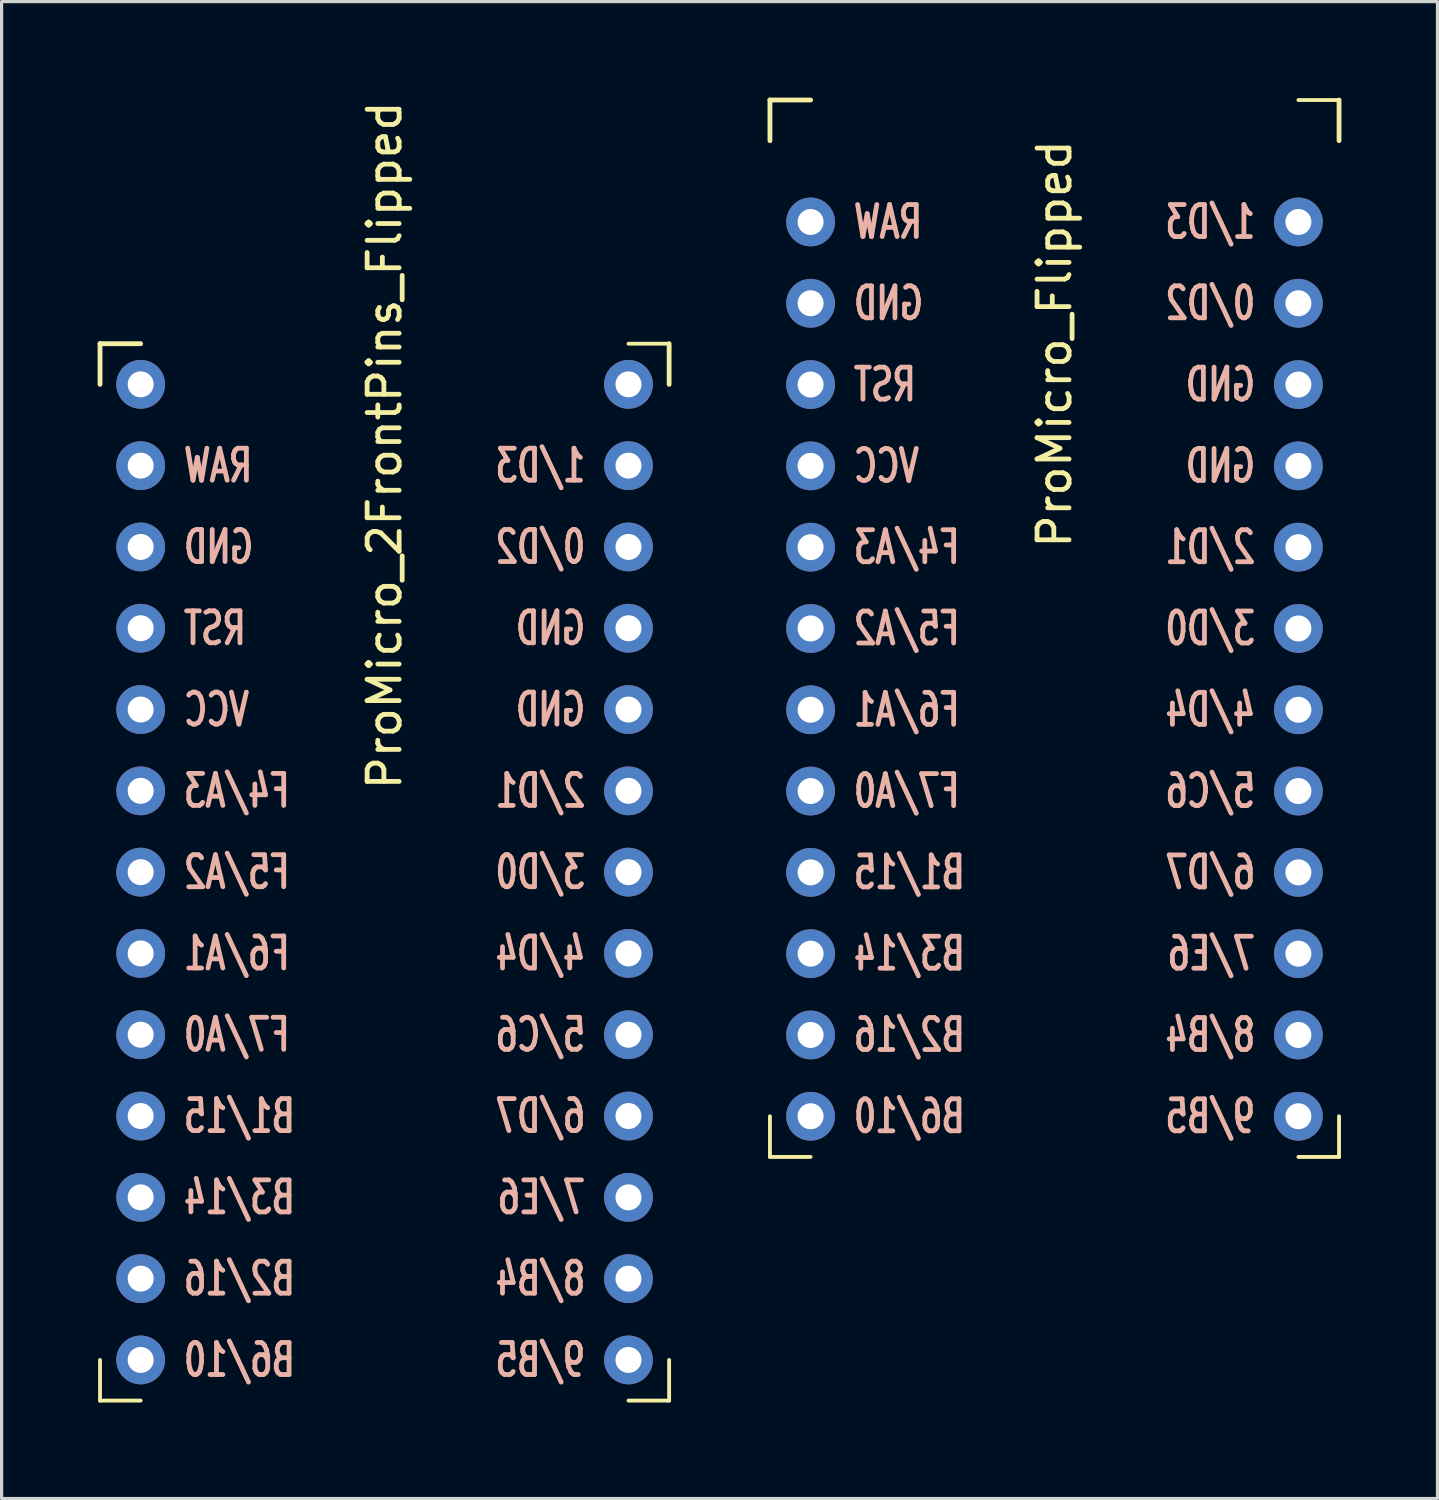
<source format=kicad_pcb>
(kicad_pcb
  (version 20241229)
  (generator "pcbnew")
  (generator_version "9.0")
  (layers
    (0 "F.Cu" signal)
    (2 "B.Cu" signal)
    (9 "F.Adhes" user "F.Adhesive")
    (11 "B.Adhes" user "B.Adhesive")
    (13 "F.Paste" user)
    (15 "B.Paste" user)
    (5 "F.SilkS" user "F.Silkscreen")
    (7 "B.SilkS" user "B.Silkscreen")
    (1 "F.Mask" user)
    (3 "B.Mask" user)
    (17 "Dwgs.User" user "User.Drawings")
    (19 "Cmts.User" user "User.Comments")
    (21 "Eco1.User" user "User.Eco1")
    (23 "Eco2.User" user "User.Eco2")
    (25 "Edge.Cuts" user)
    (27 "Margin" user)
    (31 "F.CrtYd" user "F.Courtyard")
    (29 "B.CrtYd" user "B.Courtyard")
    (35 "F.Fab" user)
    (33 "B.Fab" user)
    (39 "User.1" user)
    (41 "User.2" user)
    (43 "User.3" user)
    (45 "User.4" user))
  (footprint "ProMicro_Flipped"
    (layer "F.Cu")
    (at 29.895 16.585)
    (property "Reference" "ProMicro_Flipped" (at 0 -8.89 90) (unlocked yes) (layer "F.SilkS") (effects (font (size 1 1) (thickness 0.15))))
    (attr through_hole)
    (fp_line (start -8.89 -16.51) (end -8.89 -15.24) (stroke (width 0.15) (type solid)) (layer "F.SilkS"))
    (fp_line (start -8.89 -16.51) (end -7.62 -16.51) (stroke (width 0.15) (type solid)) (layer "F.SilkS"))
    (fp_line (start -8.89 16.51) (end -8.89 15.24) (stroke (width 0.12) (type solid)) (layer "F.SilkS"))
    (fp_line (start -8.89 16.51) (end -7.62 16.51) (stroke (width 0.12) (type solid)) (layer "F.SilkS"))
    (fp_line (start 8.89 -16.51) (end 7.62 -16.51) (stroke (width 0.12) (type solid)) (layer "F.SilkS"))
    (fp_line (start 8.89 -16.51) (end 8.89 -15.24) (stroke (width 0.15) (type solid)) (layer "F.SilkS"))
    (fp_line (start 8.89 16.51) (end 7.62 16.51) (stroke (width 0.12) (type solid)) (layer "F.SilkS"))
    (fp_line (start 8.89 16.51) (end 8.89 15.24) (stroke (width 0.12) (type solid)) (layer "F.SilkS"))
    (fp_text user "F6/A1" (at -6.35 2.54 0) (unlocked yes) (layer "B.SilkS") (effects (font (size 1 0.7) (thickness 0.15)) (justify right mirror)))
    (fp_text user "7/E6" (at 6.35 10.16 0) (unlocked yes) (layer "B.SilkS") (effects (font (size 1 0.7) (thickness 0.15)) (justify left mirror)))
    (fp_text user "GND" (at 6.35 -5.08 0) (unlocked yes) (layer "B.SilkS") (effects (font (size 1 0.7) (thickness 0.15)) (justify left mirror)))
    (fp_text user "B2/16" (at -6.35 12.7 0) (unlocked yes) (layer "B.SilkS") (effects (font (size 1 0.7) (thickness 0.15)) (justify right mirror)))
    (fp_text user "RST" (at -6.35 -7.62 0) (unlocked yes) (layer "B.SilkS") (effects (font (size 1 0.7) (thickness 0.15)) (justify right mirror)))
    (fp_text user "4/D4" (at 6.35 2.54 0) (unlocked yes) (layer "B.SilkS") (effects (font (size 1 0.7) (thickness 0.15)) (justify left mirror)))
    (fp_text user "5/C6" (at 6.35 5.08 0) (unlocked yes) (layer "B.SilkS") (effects (font (size 1 0.7) (thickness 0.15)) (justify left mirror)))
    (fp_text user "F7/A0" (at -6.35 5.08 0) (unlocked yes) (layer "B.SilkS") (effects (font (size 1 0.7) (thickness 0.15)) (justify right mirror)))
    (fp_text user "B1/15" (at -6.35 7.62 0) (unlocked yes) (layer "B.SilkS") (effects (font (size 1 0.7) (thickness 0.15)) (justify right mirror)))
    (fp_text user "1/D3" (at 6.35 -12.7 0) (unlocked yes) (layer "B.SilkS") (effects (font (size 1 0.7) (thickness 0.15)) (justify left mirror)))
    (fp_text user "GND" (at 6.35 -7.62 0) (unlocked yes) (layer "B.SilkS") (effects (font (size 1 0.7) (thickness 0.15)) (justify left mirror)))
    (fp_text user "RAW" (at -6.35 -12.7 0) (unlocked yes) (layer "B.SilkS") (effects (font (size 1 0.7) (thickness 0.15)) (justify right mirror)))
    (fp_text user "F4/A3" (at -6.35 -2.54 0) (unlocked yes) (layer "B.SilkS") (effects (font (size 1 0.7) (thickness 0.15)) (justify right mirror)))
    (fp_text user "3/D0" (at 6.35 0 0) (unlocked yes) (layer "B.SilkS") (effects (font (size 1 0.7) (thickness 0.15)) (justify left mirror)))
    (fp_text user "B3/14" (at -6.35 10.16 0) (unlocked yes) (layer "B.SilkS") (effects (font (size 1 0.7) (thickness 0.15)) (justify right mirror)))
    (fp_text user "GND" (at -6.35 -10.16 0) (unlocked yes) (layer "B.SilkS") (effects (font (size 1 0.7) (thickness 0.15)) (justify right mirror)))
    (fp_text user "VCC" (at -6.35 -5.08 0) (unlocked yes) (layer "B.SilkS") (effects (font (size 1 0.7) (thickness 0.15)) (justify right mirror)))
    (fp_text user "9/B5" (at 6.35 15.24 0) (unlocked yes) (layer "B.SilkS") (effects (font (size 1 0.7) (thickness 0.15)) (justify left mirror)))
    (fp_text user "0/D2" (at 6.35 -10.16 0) (unlocked yes) (layer "B.SilkS") (effects (font (size 1 0.7) (thickness 0.15)) (justify left mirror)))
    (fp_text user "8/B4" (at 6.35 12.7 0) (unlocked yes) (layer "B.SilkS") (effects (font (size 1 0.7) (thickness 0.15)) (justify left mirror)))
    (fp_text user "F5/A2" (at -6.35 0 0) (unlocked yes) (layer "B.SilkS") (effects (font (size 1 0.7) (thickness 0.15)) (justify right mirror)))
    (fp_text user "2/D1" (at 6.35 -2.54 0) (unlocked yes) (layer "B.SilkS") (effects (font (size 1 0.7) (thickness 0.15)) (justify left mirror)))
    (fp_text user "6/D7" (at 6.35 7.62 0) (unlocked yes) (layer "B.SilkS") (effects (font (size 1 0.7) (thickness 0.15)) (justify left mirror)))
    (fp_text user "B6/10" (at -6.35 15.24 0) (unlocked yes) (layer "B.SilkS") (effects (font (size 1 0.7) (thickness 0.15)) (justify right mirror)))
    (pad "1" thru_hole circle (at 7.62 -12.7) (size 1.524 1.524) (drill 0.813) (layers "*.Cu" "B.Mask"))
    (pad "2" thru_hole circle (at 7.62 -10.16) (size 1.524 1.524) (drill 0.813) (layers "*.Cu" "B.Mask"))
    (pad "3" thru_hole circle (at 7.62 -7.62) (size 1.524 1.524) (drill 0.813) (layers "*.Cu" "B.Mask"))
    (pad "4" thru_hole circle (at 7.62 -5.08) (size 1.524 1.524) (drill 0.813) (layers "*.Cu" "B.Mask"))
    (pad "5" thru_hole circle (at 7.62 -2.54) (size 1.524 1.524) (drill 0.813) (layers "*.Cu" "B.Mask"))
    (pad "6" thru_hole circle (at 7.62 0) (size 1.524 1.524) (drill 0.813) (layers "*.Cu" "B.Mask"))
    (pad "7" thru_hole circle (at 7.62 2.54) (size 1.524 1.524) (drill 0.813) (layers "*.Cu" "B.Mask"))
    (pad "8" thru_hole circle (at 7.62 5.08) (size 1.524 1.524) (drill 0.813) (layers "*.Cu" "B.Mask"))
    (pad "9" thru_hole circle (at 7.62 7.62) (size 1.524 1.524) (drill 0.813) (layers "*.Cu" "B.Mask"))
    (pad "10" thru_hole circle (at 7.62 10.16) (size 1.524 1.524) (drill 0.813) (layers "*.Cu" "B.Mask"))
    (pad "11" thru_hole circle (at 7.62 12.7) (size 1.524 1.524) (drill 0.813) (layers "*.Cu" "B.Mask"))
    (pad "12" thru_hole circle (at 7.62 15.24) (size 1.524 1.524) (drill 0.813) (layers "*.Cu" "B.Mask"))
    (pad "13" thru_hole circle (at -7.62 15.24) (size 1.524 1.524) (drill 0.813) (layers "*.Cu" "B.Mask"))
    (pad "14" thru_hole circle (at -7.62 12.7) (size 1.524 1.524) (drill 0.813) (layers "*.Cu" "B.Mask"))
    (pad "15" thru_hole circle (at -7.62 10.16) (size 1.524 1.524) (drill 0.813) (layers "*.Cu" "B.Mask"))
    (pad "16" thru_hole circle (at -7.62 7.62) (size 1.524 1.524) (drill 0.813) (layers "*.Cu" "B.Mask"))
    (pad "17" thru_hole circle (at -7.62 5.08) (size 1.524 1.524) (drill 0.813) (layers "*.Cu" "B.Mask"))
    (pad "18" thru_hole circle (at -7.62 2.54) (size 1.524 1.524) (drill 0.813) (layers "*.Cu" "B.Mask"))
    (pad "19" thru_hole circle (at -7.62 0) (size 1.524 1.524) (drill 0.813) (layers "*.Cu" "B.Mask"))
    (pad "20" thru_hole circle (at -7.62 -2.54) (size 1.524 1.524) (drill 0.813) (layers "*.Cu" "B.Mask"))
    (pad "21" thru_hole circle (at -7.62 -5.08) (size 1.524 1.524) (drill 0.813) (layers "*.Cu" "B.Mask"))
    (pad "22" thru_hole circle (at -7.62 -7.62) (size 1.524 1.524) (drill 0.813) (layers "*.Cu" "B.Mask"))
    (pad "23" thru_hole circle (at -7.62 -10.16) (size 1.524 1.524) (drill 0.813) (layers "*.Cu" "B.Mask"))
    (pad "24" thru_hole circle (at -7.62 -12.7) (size 1.524 1.524) (drill 0.813) (layers "*.Cu" "B.Mask")))
  (footprint "ProMicro_2FrontPins_Flipped"
    (layer "F.Cu")
    (at 8.965 24.198)
    (property "Reference" "ProMicro_2FrontPins_Flipped" (at 0 -13.335 90) (unlocked yes) (layer "F.SilkS") (effects (font (size 1 1) (thickness 0.15))))
    (attr through_hole)
    (fp_line (start -8.89 -16.51) (end -8.89 -15.24) (stroke (width 0.15) (type solid)) (layer "F.SilkS"))
    (fp_line (start -8.89 -16.51) (end -7.62 -16.51) (stroke (width 0.15) (type solid)) (layer "F.SilkS"))
    (fp_line (start -8.89 16.51) (end -8.89 15.24) (stroke (width 0.12) (type solid)) (layer "F.SilkS"))
    (fp_line (start -8.89 16.51) (end -7.62 16.51) (stroke (width 0.12) (type solid)) (layer "F.SilkS"))
    (fp_line (start 8.89 -16.51) (end 7.62 -16.51) (stroke (width 0.12) (type solid)) (layer "F.SilkS"))
    (fp_line (start 8.89 -16.51) (end 8.89 -15.24) (stroke (width 0.15) (type solid)) (layer "F.SilkS"))
    (fp_line (start 8.89 16.51) (end 7.62 16.51) (stroke (width 0.12) (type solid)) (layer "F.SilkS"))
    (fp_line (start 8.89 16.51) (end 8.89 15.24) (stroke (width 0.12) (type solid)) (layer "F.SilkS"))
    (fp_text user "3/D0" (at 6.35 0 0) (unlocked yes) (layer "B.SilkS") (effects (font (size 1 0.7) (thickness 0.15)) (justify left mirror)))
    (fp_text user "9/B5" (at 6.35 15.24 0) (unlocked yes) (layer "B.SilkS") (effects (font (size 1 0.7) (thickness 0.15)) (justify left mirror)))
    (fp_text user "GND" (at 6.35 -5.08 0) (unlocked yes) (layer "B.SilkS") (effects (font (size 1 0.7) (thickness 0.15)) (justify left mirror)))
    (fp_text user "RST" (at -6.35 -7.62 0) (unlocked yes) (layer "B.SilkS") (effects (font (size 1 0.7) (thickness 0.15)) (justify right mirror)))
    (fp_text user "F4/A3" (at -6.35 -2.54 0) (unlocked yes) (layer "B.SilkS") (effects (font (size 1 0.7) (thickness 0.15)) (justify right mirror)))
    (fp_text user "B6/10" (at -6.35 15.24 0) (unlocked yes) (layer "B.SilkS") (effects (font (size 1 0.7) (thickness 0.15)) (justify right mirror)))
    (fp_text user "B2/16" (at -6.35 12.7 0) (unlocked yes) (layer "B.SilkS") (effects (font (size 1 0.7) (thickness 0.15)) (justify right mirror)))
    (fp_text user "4/D4" (at 6.35 2.54 0) (unlocked yes) (layer "B.SilkS") (effects (font (size 1 0.7) (thickness 0.15)) (justify left mirror)))
    (fp_text user "F5/A2" (at -6.35 0 0) (unlocked yes) (layer "B.SilkS") (effects (font (size 1 0.7) (thickness 0.15)) (justify right mirror)))
    (fp_text user "5/C6" (at 6.35 5.08 0) (unlocked yes) (layer "B.SilkS") (effects (font (size 1 0.7) (thickness 0.15)) (justify left mirror)))
    (fp_text user "6/D7" (at 6.35 7.62 0) (unlocked yes) (layer "B.SilkS") (effects (font (size 1 0.7) (thickness 0.15)) (justify left mirror)))
    (fp_text user "F6/A1" (at -6.35 2.54 0) (unlocked yes) (layer "B.SilkS") (effects (font (size 1 0.7) (thickness 0.15)) (justify right mirror)))
    (fp_text user "VCC" (at -6.35 -5.08 0) (unlocked yes) (layer "B.SilkS") (effects (font (size 1 0.7) (thickness 0.15)) (justify right mirror)))
    (fp_text user "2/D1" (at 6.35 -2.54 0) (unlocked yes) (layer "B.SilkS") (effects (font (size 1 0.7) (thickness 0.15)) (justify left mirror)))
    (fp_text user "0/D2" (at 6.35 -10.16 0) (unlocked yes) (layer "B.SilkS") (effects (font (size 1 0.7) (thickness 0.15)) (justify left mirror)))
    (fp_text user "F7/A0" (at -6.35 5.08 0) (unlocked yes) (layer "B.SilkS") (effects (font (size 1 0.7) (thickness 0.15)) (justify right mirror)))
    (fp_text user "GND" (at -6.35 -10.16 0) (unlocked yes) (layer "B.SilkS") (effects (font (size 1 0.7) (thickness 0.15)) (justify right mirror)))
    (fp_text user "7/E6" (at 6.35 10.16 0) (unlocked yes) (layer "B.SilkS") (effects (font (size 1 0.7) (thickness 0.15)) (justify left mirror)))
    (fp_text user "B1/15" (at -6.35 7.62 0) (unlocked yes) (layer "B.SilkS") (effects (font (size 1 0.7) (thickness 0.15)) (justify right mirror)))
    (fp_text user "RAW" (at -6.35 -12.7 0) (unlocked yes) (layer "B.SilkS") (effects (font (size 1 0.7) (thickness 0.15)) (justify right mirror)))
    (fp_text user "B3/14" (at -6.35 10.16 0) (unlocked yes) (layer "B.SilkS") (effects (font (size 1 0.7) (thickness 0.15)) (justify right mirror)))
    (fp_text user "8/B4" (at 6.35 12.7 0) (unlocked yes) (layer "B.SilkS") (effects (font (size 1 0.7) (thickness 0.15)) (justify left mirror)))
    (fp_text user "1/D3" (at 6.35 -12.7 0) (unlocked yes) (layer "B.SilkS") (effects (font (size 1 0.7) (thickness 0.15)) (justify left mirror)))
    (fp_text user "GND" (at 6.35 -7.62 0) (unlocked yes) (layer "B.SilkS") (effects (font (size 1 0.7) (thickness 0.15)) (justify left mirror)))
    (pad "1" thru_hole circle (at 7.62 -12.7) (size 1.524 1.524) (drill 0.813) (layers "*.Cu" "*.Mask"))
    (pad "2" thru_hole circle (at 7.62 -10.16) (size 1.524 1.524) (drill 0.813) (layers "*.Cu" "*.Mask"))
    (pad "3" thru_hole circle (at 7.62 -7.62) (size 1.524 1.524) (drill 0.813) (layers "*.Cu" "*.Mask"))
    (pad "4" thru_hole circle (at 7.62 -5.08) (size 1.524 1.524) (drill 0.813) (layers "*.Cu" "*.Mask"))
    (pad "5" thru_hole circle (at 7.62 -2.54) (size 1.524 1.524) (drill 0.813) (layers "*.Cu" "*.Mask"))
    (pad "6" thru_hole circle (at 7.62 0) (size 1.524 1.524) (drill 0.813) (layers "*.Cu" "*.Mask"))
    (pad "7" thru_hole circle (at 7.62 2.54) (size 1.524 1.524) (drill 0.813) (layers "*.Cu" "*.Mask"))
    (pad "8" thru_hole circle (at 7.62 5.08) (size 1.524 1.524) (drill 0.813) (layers "*.Cu" "*.Mask"))
    (pad "9" thru_hole circle (at 7.62 7.62) (size 1.524 1.524) (drill 0.813) (layers "*.Cu" "*.Mask"))
    (pad "10" thru_hole circle (at 7.62 10.16) (size 1.524 1.524) (drill 0.813) (layers "*.Cu" "*.Mask"))
    (pad "11" thru_hole circle (at 7.62 12.7) (size 1.524 1.524) (drill 0.813) (layers "*.Cu" "*.Mask"))
    (pad "12" thru_hole circle (at 7.62 15.24) (size 1.524 1.524) (drill 0.813) (layers "*.Cu" "*.Mask"))
    (pad "13" thru_hole circle (at -7.62 15.24) (size 1.524 1.524) (drill 0.813) (layers "*.Cu" "*.Mask"))
    (pad "14" thru_hole circle (at -7.62 12.7) (size 1.524 1.524) (drill 0.813) (layers "*.Cu" "*.Mask"))
    (pad "15" thru_hole circle (at -7.62 10.16) (size 1.524 1.524) (drill 0.813) (layers "*.Cu" "*.Mask"))
    (pad "16" thru_hole circle (at -7.62 7.62) (size 1.524 1.524) (drill 0.813) (layers "*.Cu" "*.Mask"))
    (pad "17" thru_hole circle (at -7.62 5.08) (size 1.524 1.524) (drill 0.813) (layers "*.Cu" "*.Mask"))
    (pad "18" thru_hole circle (at -7.62 2.54) (size 1.524 1.524) (drill 0.813) (layers "*.Cu" "*.Mask"))
    (pad "19" thru_hole circle (at -7.62 0) (size 1.524 1.524) (drill 0.813) (layers "*.Cu" "*.Mask"))
    (pad "20" thru_hole circle (at -7.62 -2.54) (size 1.524 1.524) (drill 0.813) (layers "*.Cu" "*.Mask"))
    (pad "21" thru_hole circle (at -7.62 -5.08) (size 1.524 1.524) (drill 0.813) (layers "*.Cu" "*.Mask"))
    (pad "22" thru_hole circle (at -7.62 -7.62) (size 1.524 1.524) (drill 0.813) (layers "*.Cu" "*.Mask"))
    (pad "23" thru_hole circle (at -7.62 -10.16) (size 1.524 1.524) (drill 0.813) (layers "*.Cu" "*.Mask"))
    (pad "24" thru_hole circle (at -7.62 -12.7) (size 1.524 1.524) (drill 0.813) (layers "*.Cu" "*.Mask"))
    (pad "25" thru_hole circle (at 7.62 -15.24) (size 1.524 1.524) (drill 0.813) (layers "*.Cu" "*.Mask"))
    (pad "26" thru_hole circle (at -7.62 -15.24) (size 1.524 1.524) (drill 0.813) (layers "*.Cu" "*.Mask")))
  (gr_rect
    (start -3 -3)
    (end 41.86 43.768)
    (stroke (width 0.1) (type default))
    (fill no)
    (layer "Edge.Cuts")))
</source>
